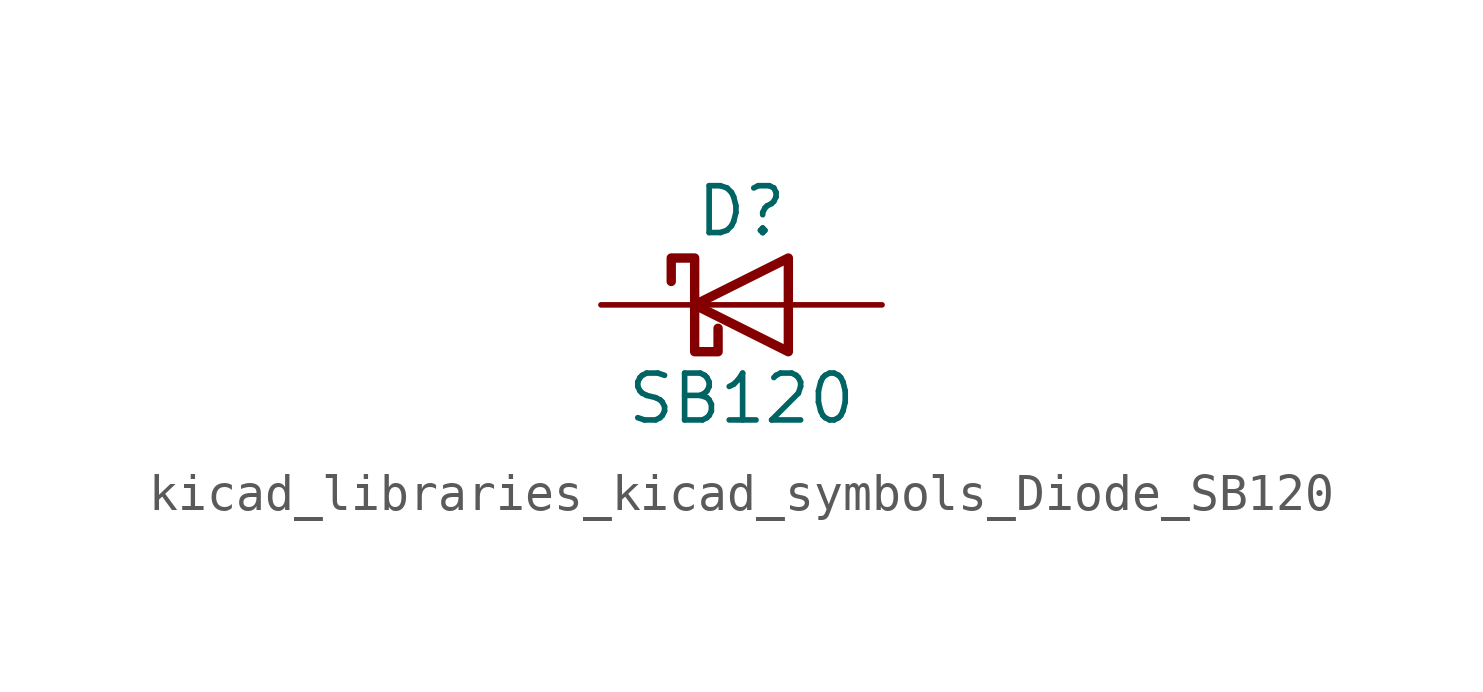
<source format=kicad_sym>
(kicad_symbol_lib
  (version 20220914)
  (generator kicad_symbol_editor)
  (symbol "kicad_libraries_kicad_symbols_Diode_SB120"
    (pin_numbers hide)
    (pin_names
      (offset 1.016) hide)
    (property "Reference" "D"
      (at 0 2.54 0)
      (effects (font (size 1.27 1.27))))
    (property "Value" "SB120"
      (at 0 -2.54 0)
      (effects (font (size 1.27 1.27))))
    (symbol "kicad_libraries_kicad_symbols_Diode_SB120_0_1"
      (polyline (pts (xy 1.27 0) (xy -1.27 0)) (stroke (width 0) (type default)) (fill (type none)))
      (polyline (pts (xy 1.27 1.27) (xy 1.27 -1.27) (xy -1.27 0) (xy 1.27 1.27)) (stroke (width 0.254) (type default)) (fill (type none)))
      (polyline (pts (xy -1.905 0.635) (xy -1.905 1.27) (xy -1.27 1.27) (xy -1.27 -1.27) (xy -0.635 -1.27) (xy -0.635 -0.635)) (stroke (width 0.254) (type default)) (fill (type none))))
    (symbol "kicad_libraries_kicad_symbols_Diode_SB120_1_1"
      (pin passive line (at -3.81 0 0) (length 2.54) (name "K" (effects (font (size 1.27 1.27)))) (number "1" (effects (font (size 1.27 1.27)))))
      (pin passive line (at 3.81 0 180) (length 2.54) (name "A" (effects (font (size 1.27 1.27)))) (number "2" (effects (font (size 1.27 1.27))))))))
</source>
